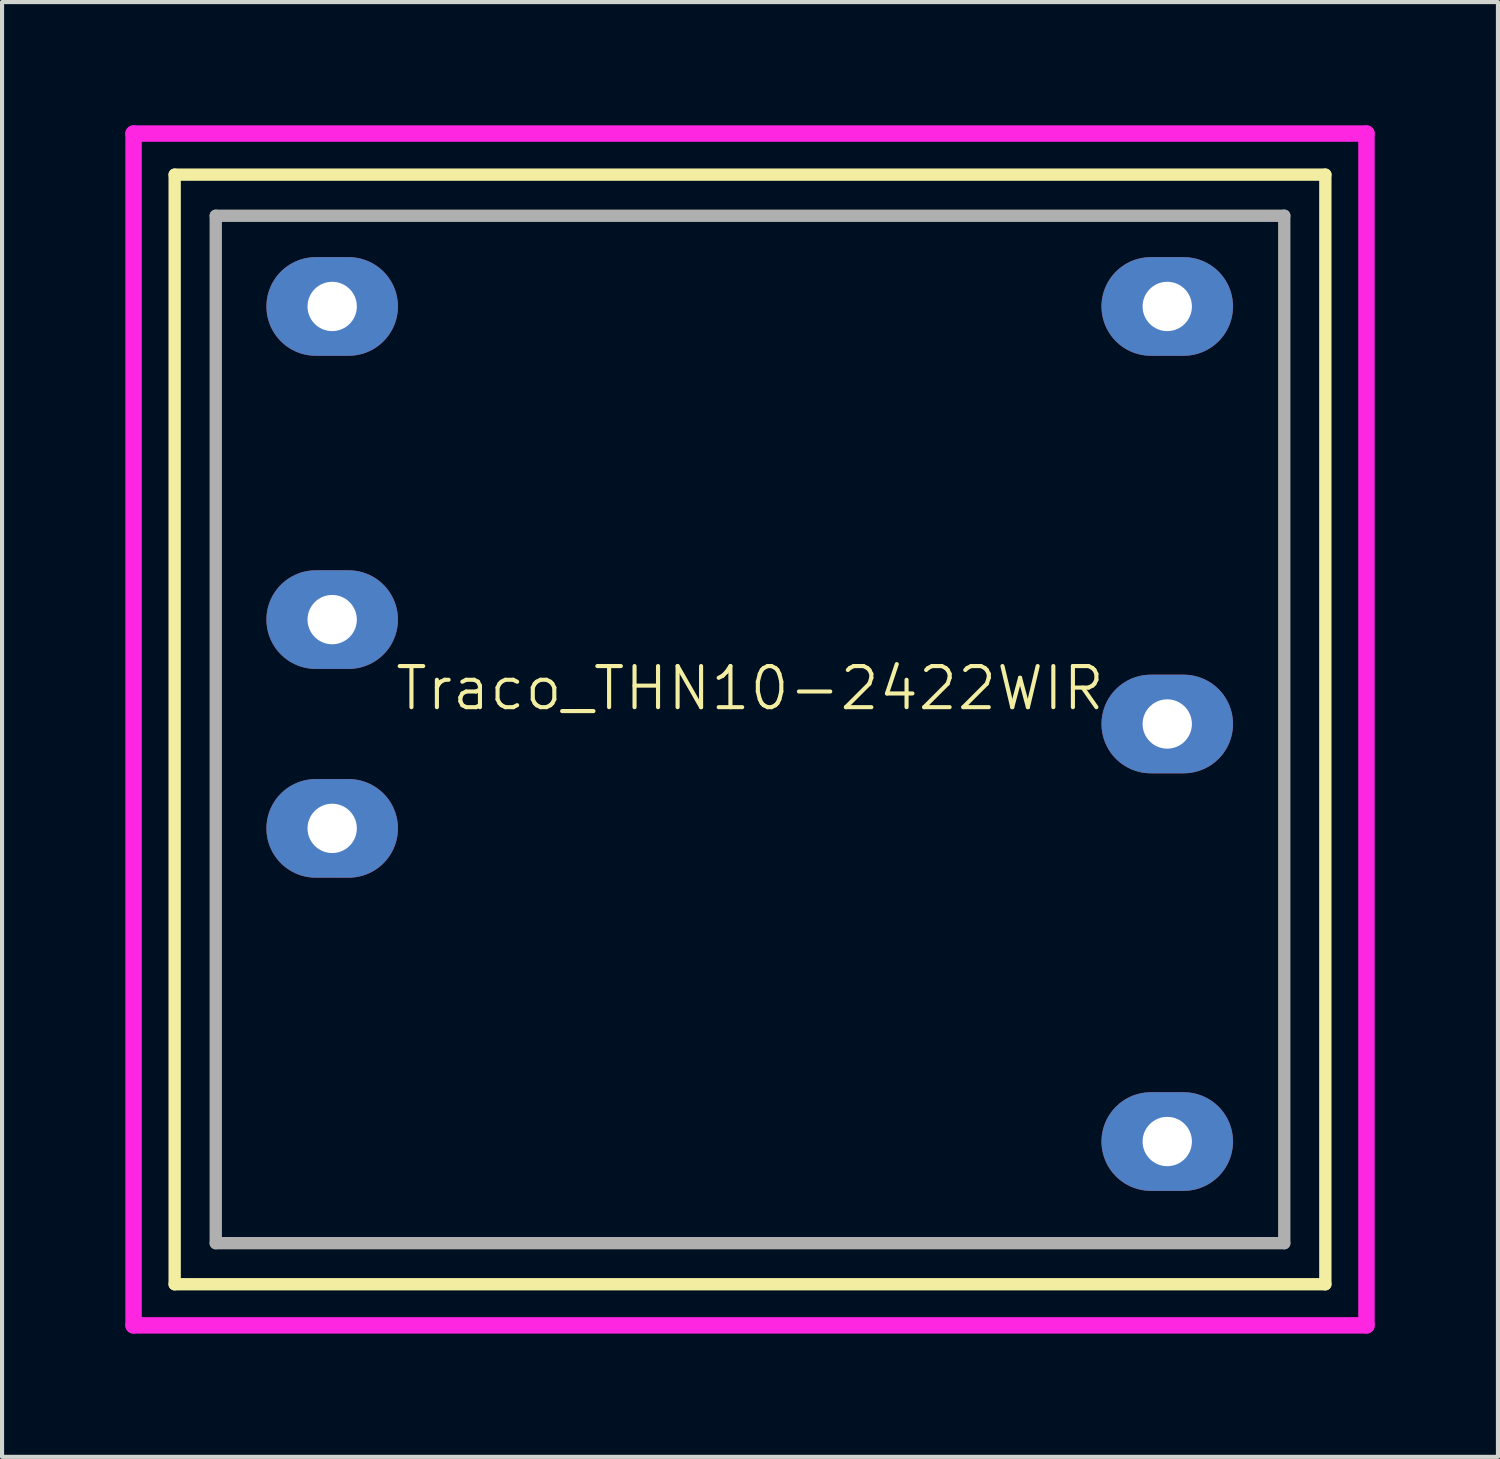
<source format=kicad_pcb>
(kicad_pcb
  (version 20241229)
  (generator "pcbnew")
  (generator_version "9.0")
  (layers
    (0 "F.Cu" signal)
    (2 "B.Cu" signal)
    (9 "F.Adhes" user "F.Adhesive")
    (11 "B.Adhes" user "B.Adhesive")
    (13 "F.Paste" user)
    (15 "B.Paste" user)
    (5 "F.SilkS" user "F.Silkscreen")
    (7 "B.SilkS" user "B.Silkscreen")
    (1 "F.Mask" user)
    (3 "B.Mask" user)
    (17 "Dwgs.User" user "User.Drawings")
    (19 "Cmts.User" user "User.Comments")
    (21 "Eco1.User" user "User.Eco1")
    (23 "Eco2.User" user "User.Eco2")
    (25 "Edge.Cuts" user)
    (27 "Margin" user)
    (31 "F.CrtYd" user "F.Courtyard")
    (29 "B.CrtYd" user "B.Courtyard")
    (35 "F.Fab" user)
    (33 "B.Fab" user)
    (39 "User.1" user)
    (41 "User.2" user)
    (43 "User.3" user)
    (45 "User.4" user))
  (footprint "Traco_THN10-2422WIR"
    (layer "F.Cu")
    (at 17.2 24.2)
    (property "Reference" "Traco_THN10-2422WIR" (at -2 -10.5 0) (unlocked yes) (layer "F.SilkS") (effects (font (size 1 1) (thickness 0.1))))
    (attr through_hole)
    (fp_line (start -16 -23) (end 12 -23) (stroke (width 0.3) (type default)) (layer "F.SilkS"))
    (fp_line (start -16 4) (end -16 -23) (stroke (width 0.3) (type default)) (layer "F.SilkS"))
    (fp_line (start 12 -23) (end 12 4) (stroke (width 0.3) (type default)) (layer "F.SilkS"))
    (fp_line (start 12 4) (end -16 4) (stroke (width 0.3) (type default)) (layer "F.SilkS"))
    (fp_line (start -17 -24) (end 13 -24) (stroke (width 0.4) (type default)) (layer "F.CrtYd"))
    (fp_line (start -17 5) (end -17 -24) (stroke (width 0.4) (type default)) (layer "F.CrtYd"))
    (fp_line (start 13 -24) (end 13 5) (stroke (width 0.4) (type default)) (layer "F.CrtYd"))
    (fp_line (start 13 5) (end -17 5) (stroke (width 0.4) (type default)) (layer "F.CrtYd"))
    (fp_line (start -15 -22) (end -15 3) (stroke (width 0.3) (type default)) (layer "F.Fab"))
    (fp_line (start -15 -22) (end 11 -22) (stroke (width 0.3) (type default)) (layer "F.Fab"))
    (fp_line (start -15 3) (end 11 3) (stroke (width 0.3) (type default)) (layer "F.Fab"))
    (fp_line (start 11 3) (end 11 -22) (stroke (width 0.3) (type default)) (layer "F.Fab"))
    (pad "1" thru_hole oval (at -12.167 -7.093 90) (size 2.4 3.2) (drill 1.2) (layers "*.Cu" "*.Mask"))
    (pad "2" thru_hole oval (at -12.167 -12.173 90) (size 2.4 3.2) (drill 1.2) (layers "*.Cu" "*.Mask"))
    (pad "3" thru_hole oval (at -12.167 -19.793 90) (size 2.4 3.2) (drill 1.2) (layers "*.Cu" "*.Mask"))
    (pad "4" thru_hole oval (at 8.153 -19.793 90) (size 2.4 3.2) (drill 1.2) (layers "*.Cu" "*.Mask"))
    (pad "5" thru_hole oval (at 8.153 -9.633 90) (size 2.4 3.2) (drill 1.2) (layers "*.Cu" "*.Mask"))
    (pad "6" thru_hole oval (at 8.153 0.527 90) (size 2.4 3.2) (drill 1.2) (layers "*.Cu" "*.Mask")))
  (gr_rect
    (start -3 -3)
    (end 33.4 32.4)
    (stroke (width 0.1) (type default))
    (fill no)
    (layer "Edge.Cuts")))
</source>
